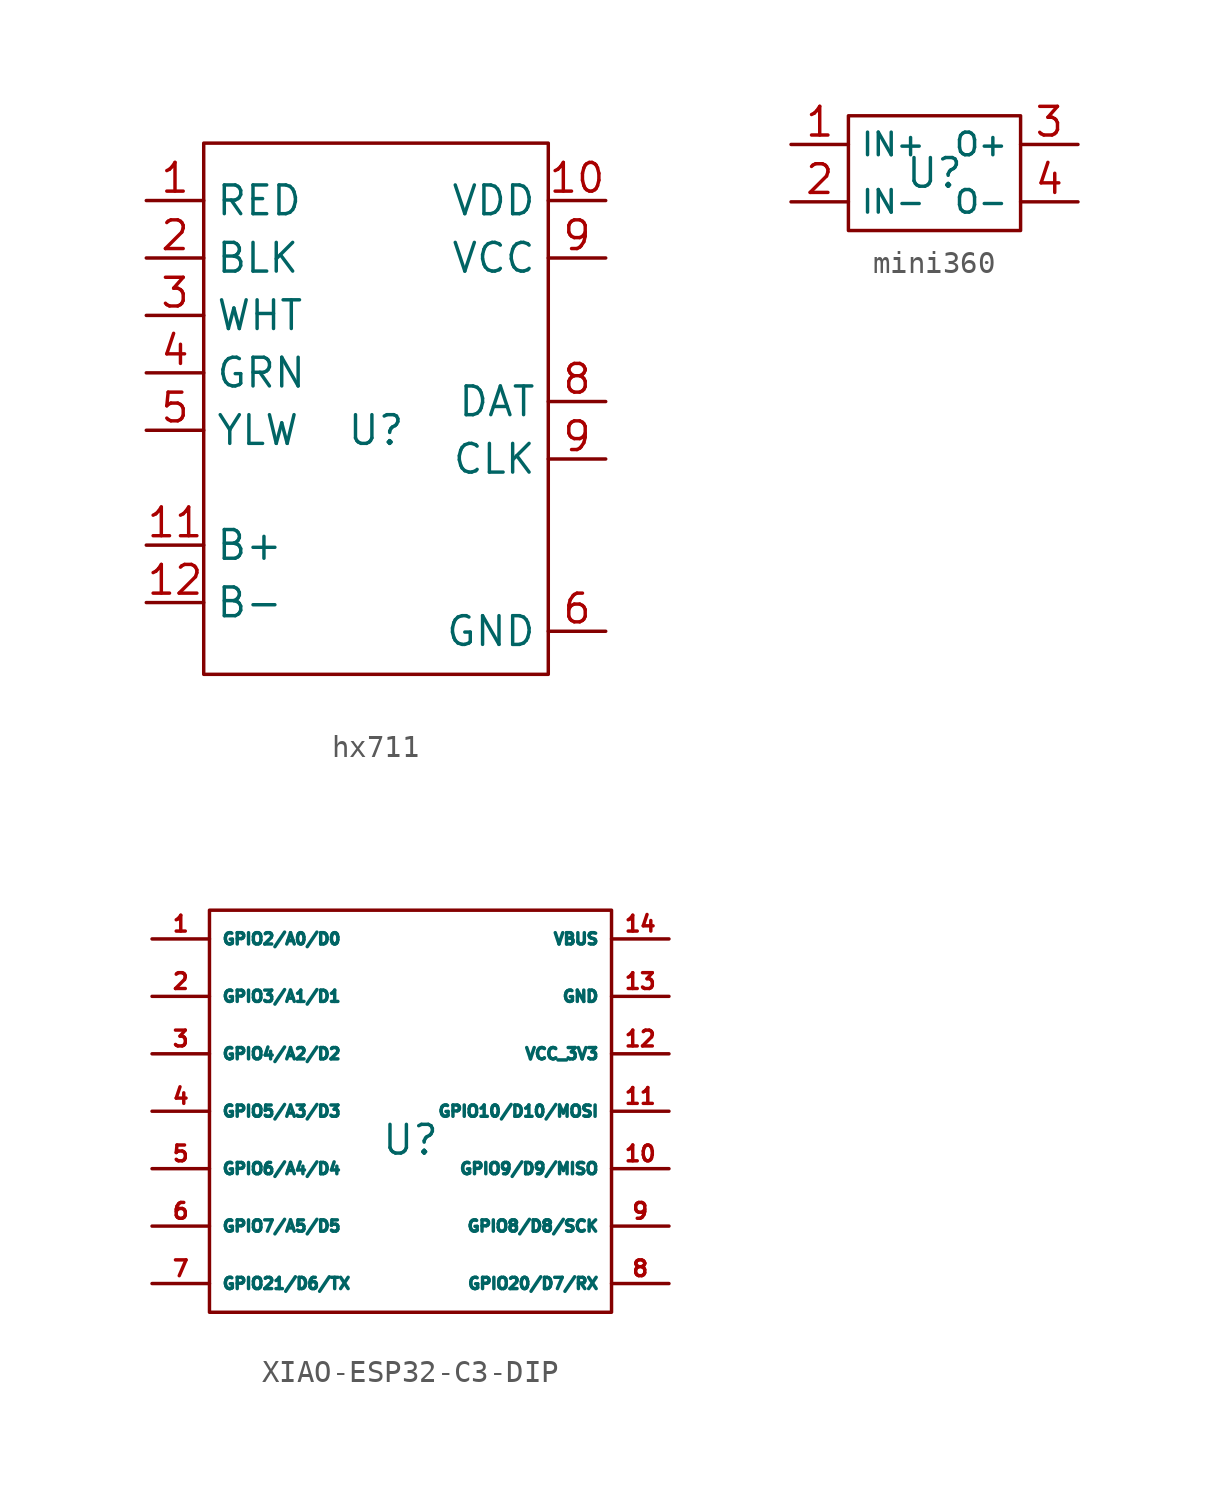
<source format=kicad_sym>
(kicad_symbol_lib
  (version 20241209)
  (generator "kicad_symbol_editor")
  (generator_version "9.0")
  (symbol "hx711"
    (property "Reference" "U"
      (at 0 0 0)
      (effects (font (size 1.27 1.27))))
    (property "Value" ""
      (at 0 0 0)
      (effects (font (size 1.27 1.27))))
    (symbol "hx711_0_1"
      (rectangle (start -7.62 12.7) (end 7.62 -10.795) (stroke (width 0) (type default)) (fill (type none))))
    (symbol "hx711_1_1"
      (pin input line (at -10.16 10.16 0) (length 2.54) (name "RED" (effects (font (size 1.27 1.27)))) (number "1" (effects (font (size 1.27 1.27)))))
      (pin input line (at -10.16 7.62 0) (length 2.54) (name "BLK" (effects (font (size 1.27 1.27)))) (number "2" (effects (font (size 1.27 1.27)))))
      (pin input line (at -10.16 5.08 0) (length 2.54) (name "WHT" (effects (font (size 1.27 1.27)))) (number "3" (effects (font (size 1.27 1.27)))))
      (pin input line (at -10.16 2.54 0) (length 2.54) (name "GRN" (effects (font (size 1.27 1.27)))) (number "4" (effects (font (size 1.27 1.27)))))
      (pin input line (at -10.16 0 0) (length 2.54) (name "YLW" (effects (font (size 1.27 1.27)))) (number "5" (effects (font (size 1.27 1.27)))))
      (pin input line (at -10.16 -5.08 0) (length 2.54) (name "B+" (effects (font (size 1.27 1.27)))) (number "11" (effects (font (size 1.27 1.27)))))
      (pin input line (at -10.16 -7.62 0) (length 2.54) (name "B-" (effects (font (size 1.27 1.27)))) (number "12" (effects (font (size 1.27 1.27)))))
      (pin input line (at 10.16 10.16 180) (length 2.54) (name "VDD" (effects (font (size 1.27 1.27)))) (number "10" (effects (font (size 1.27 1.27)))))
      (pin input line (at 10.16 7.62 180) (length 2.54) (name "VCC" (effects (font (size 1.27 1.27)))) (number "9" (effects (font (size 1.27 1.27)))))
      (pin input line (at 10.16 1.27 180) (length 2.54) (name "DAT" (effects (font (size 1.27 1.27)))) (number "8" (effects (font (size 1.27 1.27)))))
      (pin input line (at 10.16 -1.27 180) (length 2.54) (name "CLK" (effects (font (size 1.27 1.27)))) (number "9" (effects (font (size 1.27 1.27)))))
      (pin input line (at 10.16 -8.89 180) (length 2.54) (name "GND" (effects (font (size 1.27 1.27)))) (number "6" (effects (font (size 1.27 1.27)))))))
  (symbol "mini360"
    (property "Reference" "U"
      (at 0 0 0)
      (effects (font (size 1.27 1.27))))
    (property "Value" ""
      (at 0 0 0)
      (effects (font (size 1.27 1.27))))
    (symbol "mini360_0_1"
      (rectangle (start -3.81 2.54) (end 3.81 -2.54) (stroke (width 0) (type default)) (fill (type none))))
    (symbol "mini360_1_1"
      (pin input line (at -6.35 1.27 0) (length 2.54) (name "IN+" (effects (font (size 1 1)))) (number "1" (effects (font (size 1.27 1.27)))))
      (pin input line (at -6.35 -1.27 0) (length 2.54) (name "IN-" (effects (font (size 1 1)))) (number "2" (effects (font (size 1.27 1.27)))))
      (pin input line (at 6.35 1.27 180) (length 2.54) (name "O+" (effects (font (size 1 1)))) (number "3" (effects (font (size 1.27 1.27)))))
      (pin input line (at 6.35 -1.27 180) (length 2.54) (name "O-" (effects (font (size 1 1)))) (number "4" (effects (font (size 1.27 1.27)))))))
  (symbol "XIAO-ESP32-C3-DIP"
    (property "Reference" "U"
      (at 0 0 0)
      (effects (font (size 1.27 1.27))))
    (property "Value" ""
      (at 0 0 0)
      (effects (font (size 1.27 1.27))))
    (symbol "XIAO-ESP32-C3-DIP_0_1"
      (rectangle (start -8.89 10.16) (end 8.89 -7.62) (stroke (width 0) (type default)) (fill (type none))))
    (symbol "XIAO-ESP32-C3-DIP_1_1"
      (pin input line (at -11.43 8.89 0) (length 2.54) (name "GPIO2/A0/D0" (effects (font (size 0.5 0.5)))) (number "1" (effects (font (size 0.7 0.7)))))
      (pin input line (at -11.43 6.35 0) (length 2.54) (name "GPIO3/A1/D1" (effects (font (size 0.5 0.5)))) (number "2" (effects (font (size 0.7 0.7)))))
      (pin input line (at -11.43 3.81 0) (length 2.54) (name "GPIO4/A2/D2" (effects (font (size 0.5 0.5)))) (number "3" (effects (font (size 0.7 0.7)))))
      (pin input line (at -11.43 1.27 0) (length 2.54) (name "GPIO5/A3/D3" (effects (font (size 0.5 0.5)))) (number "4" (effects (font (size 0.7 0.7)))))
      (pin input line (at -11.43 -1.27 0) (length 2.54) (name "GPIO6/A4/D4" (effects (font (size 0.5 0.5)))) (number "5" (effects (font (size 0.7 0.7)))))
      (pin input line (at -11.43 -3.81 0) (length 2.54) (name "GPIO7/A5/D5" (effects (font (size 0.5 0.5)))) (number "6" (effects (font (size 0.7 0.7)))))
      (pin input line (at -11.43 -6.35 0) (length 2.54) (name "GPIO21/D6/TX" (effects (font (size 0.5 0.5)))) (number "7" (effects (font (size 0.7 0.7)))))
      (pin input line (at 11.43 8.89 180) (length 2.54) (name "VBUS" (effects (font (size 0.5 0.5)))) (number "14" (effects (font (size 0.7 0.7)))))
      (pin input line (at 11.43 6.35 180) (length 2.54) (name "GND" (effects (font (size 0.5 0.5)))) (number "13" (effects (font (size 0.7 0.7)))))
      (pin input line (at 11.43 3.81 180) (length 2.54) (name "VCC_3V3" (effects (font (size 0.5 0.5)))) (number "12" (effects (font (size 0.7 0.7)))))
      (pin input line (at 11.43 1.27 180) (length 2.54) (name "GPIO10/D10/MOSI" (effects (font (size 0.5 0.5)))) (number "11" (effects (font (size 0.7 0.7)))))
      (pin input line (at 11.43 -1.27 180) (length 2.54) (name "GPIO9/D9/MISO" (effects (font (size 0.5 0.5)))) (number "10" (effects (font (size 0.7 0.7)))))
      (pin input line (at 11.43 -3.81 180) (length 2.54) (name "GPIO8/D8/SCK" (effects (font (size 0.5 0.5)))) (number "9" (effects (font (size 0.7 0.7)))))
      (pin input line (at 11.43 -6.35 180) (length 2.54) (name "GPIO20/D7/RX" (effects (font (size 0.5 0.5)))) (number "8" (effects (font (size 0.7 0.7))))))))
</source>
